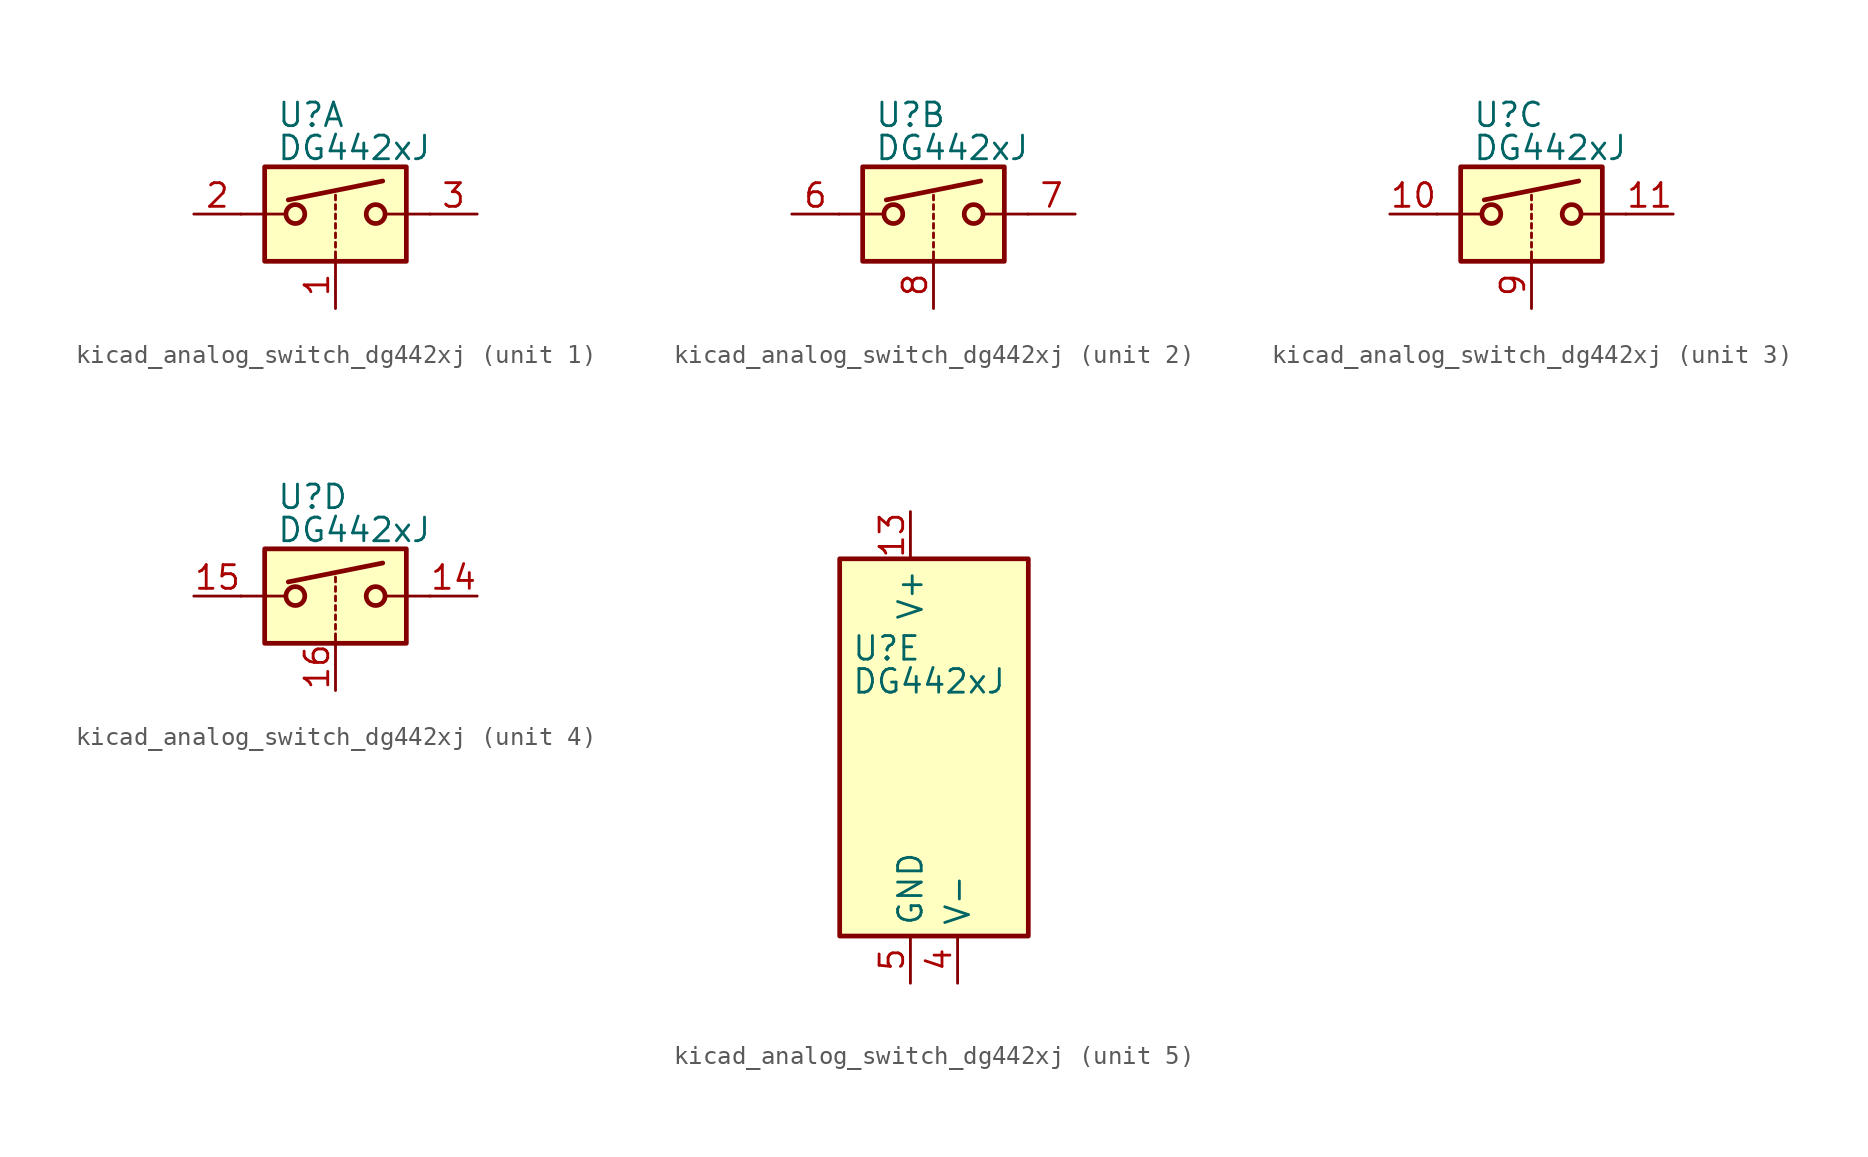
<source format=kicad_sym>
(kicad_symbol_lib
  (version 20220914)
  (generator kicad_symbol_editor)
  (symbol "kicad_analog_switch_dg442xj"
    (property "Reference" "U"
      (at -3.175 5.334 0)
      (effects (font (size 1.27 1.27)) (justify left)))
    (property "Value" "DG442xJ"
      (at -3.175 3.556 0)
      (effects (font (size 1.27 1.27)) (justify left)))
    (symbol "kicad_analog_switch_dg442xj_1_1"
      (rectangle (start -3.81 2.54) (end 3.81 -2.54) (stroke (width 0.254) (type default)) (fill (type background)))
      (circle (center -2.159 0) (radius 0.508) (stroke (width 0.254) (type default)) (fill (type none)))
      (polyline (pts (xy -5.08 0) (xy -2.794 0)) (stroke (width 0) (type default)) (fill (type none)))
      (polyline (pts (xy -2.54 0.762) (xy 2.54 1.778)) (stroke (width 0.254) (type default)) (fill (type none)))
      (polyline (pts (xy 0 -2.54) (xy 0 -2.032)) (stroke (width 0) (type default)) (fill (type none)))
      (polyline (pts (xy 0 -1.778) (xy 0 -1.524)) (stroke (width 0) (type default)) (fill (type none)))
      (polyline (pts (xy 0 -1.27) (xy 0 -1.016)) (stroke (width 0) (type default)) (fill (type none)))
      (polyline (pts (xy 0 -0.762) (xy 0 -0.508)) (stroke (width 0) (type default)) (fill (type none)))
      (polyline (pts (xy 0 -0.254) (xy 0 0)) (stroke (width 0) (type default)) (fill (type none)))
      (polyline (pts (xy 0 0.254) (xy 0 0.508)) (stroke (width 0) (type default)) (fill (type none)))
      (polyline (pts (xy 0 0.762) (xy 0 1.016)) (stroke (width 0) (type default)) (fill (type none)))
      (polyline (pts (xy 5.08 0) (xy 2.794 0)) (stroke (width 0) (type default)) (fill (type none)))
      (circle (center 2.159 0) (radius 0.508) (stroke (width 0.254) (type default)) (fill (type none)))
      (pin input line (at 0 -5.08 90) (length 2.54) (name "~" (effects (font (size 1.27 1.27)))) (number "1" (effects (font (size 1.27 1.27)))))
      (pin passive line (at -7.62 0 0) (length 2.54) (name "~" (effects (font (size 1.27 1.27)))) (number "2" (effects (font (size 1.27 1.27)))))
      (pin passive line (at 7.62 0 180) (length 2.54) (name "~" (effects (font (size 1.27 1.27)))) (number "3" (effects (font (size 1.27 1.27))))))
    (symbol "kicad_analog_switch_dg442xj_2_1"
      (rectangle (start -3.81 2.54) (end 3.81 -2.54) (stroke (width 0.254) (type default)) (fill (type background)))
      (circle (center -2.159 0) (radius 0.508) (stroke (width 0.254) (type default)) (fill (type none)))
      (polyline (pts (xy -5.08 0) (xy -2.794 0)) (stroke (width 0) (type default)) (fill (type none)))
      (polyline (pts (xy -2.54 0.762) (xy 2.54 1.778)) (stroke (width 0.254) (type default)) (fill (type none)))
      (polyline (pts (xy 0 -2.54) (xy 0 -2.032)) (stroke (width 0) (type default)) (fill (type none)))
      (polyline (pts (xy 0 -1.778) (xy 0 -1.524)) (stroke (width 0) (type default)) (fill (type none)))
      (polyline (pts (xy 0 -1.27) (xy 0 -1.016)) (stroke (width 0) (type default)) (fill (type none)))
      (polyline (pts (xy 0 -0.762) (xy 0 -0.508)) (stroke (width 0) (type default)) (fill (type none)))
      (polyline (pts (xy 0 -0.254) (xy 0 0)) (stroke (width 0) (type default)) (fill (type none)))
      (polyline (pts (xy 0 0.254) (xy 0 0.508)) (stroke (width 0) (type default)) (fill (type none)))
      (polyline (pts (xy 0 0.762) (xy 0 1.016)) (stroke (width 0) (type default)) (fill (type none)))
      (polyline (pts (xy 5.08 0) (xy 2.794 0)) (stroke (width 0) (type default)) (fill (type none)))
      (circle (center 2.159 0) (radius 0.508) (stroke (width 0.254) (type default)) (fill (type none)))
      (pin passive line (at -7.62 0 0) (length 2.54) (name "~" (effects (font (size 1.27 1.27)))) (number "6" (effects (font (size 1.27 1.27)))))
      (pin passive line (at 7.62 0 180) (length 2.54) (name "~" (effects (font (size 1.27 1.27)))) (number "7" (effects (font (size 1.27 1.27)))))
      (pin input line (at 0 -5.08 90) (length 2.54) (name "~" (effects (font (size 1.27 1.27)))) (number "8" (effects (font (size 1.27 1.27))))))
    (symbol "kicad_analog_switch_dg442xj_3_1"
      (rectangle (start -3.81 2.54) (end 3.81 -2.54) (stroke (width 0.254) (type default)) (fill (type background)))
      (circle (center -2.159 0) (radius 0.508) (stroke (width 0.254) (type default)) (fill (type none)))
      (polyline (pts (xy -5.08 0) (xy -2.794 0)) (stroke (width 0) (type default)) (fill (type none)))
      (polyline (pts (xy -2.54 0.762) (xy 2.54 1.778)) (stroke (width 0.254) (type default)) (fill (type none)))
      (polyline (pts (xy 0 -2.54) (xy 0 -2.032)) (stroke (width 0) (type default)) (fill (type none)))
      (polyline (pts (xy 0 -1.778) (xy 0 -1.524)) (stroke (width 0) (type default)) (fill (type none)))
      (polyline (pts (xy 0 -1.27) (xy 0 -1.016)) (stroke (width 0) (type default)) (fill (type none)))
      (polyline (pts (xy 0 -0.762) (xy 0 -0.508)) (stroke (width 0) (type default)) (fill (type none)))
      (polyline (pts (xy 0 -0.254) (xy 0 0)) (stroke (width 0) (type default)) (fill (type none)))
      (polyline (pts (xy 0 0.254) (xy 0 0.508)) (stroke (width 0) (type default)) (fill (type none)))
      (polyline (pts (xy 0 0.762) (xy 0 1.016)) (stroke (width 0) (type default)) (fill (type none)))
      (polyline (pts (xy 5.08 0) (xy 2.794 0)) (stroke (width 0) (type default)) (fill (type none)))
      (circle (center 2.159 0) (radius 0.508) (stroke (width 0.254) (type default)) (fill (type none)))
      (pin passive line (at -7.62 0 0) (length 2.54) (name "~" (effects (font (size 1.27 1.27)))) (number "10" (effects (font (size 1.27 1.27)))))
      (pin passive line (at 7.62 0 180) (length 2.54) (name "~" (effects (font (size 1.27 1.27)))) (number "11" (effects (font (size 1.27 1.27)))))
      (pin input line (at 0 -5.08 90) (length 2.54) (name "~" (effects (font (size 1.27 1.27)))) (number "9" (effects (font (size 1.27 1.27))))))
    (symbol "kicad_analog_switch_dg442xj_4_1"
      (rectangle (start -3.81 2.54) (end 3.81 -2.54) (stroke (width 0.254) (type default)) (fill (type background)))
      (circle (center -2.159 0) (radius 0.508) (stroke (width 0.254) (type default)) (fill (type none)))
      (polyline (pts (xy -5.08 0) (xy -2.794 0)) (stroke (width 0) (type default)) (fill (type none)))
      (polyline (pts (xy -2.54 0.762) (xy 2.54 1.778)) (stroke (width 0.254) (type default)) (fill (type none)))
      (polyline (pts (xy 0 -2.54) (xy 0 -2.032)) (stroke (width 0) (type default)) (fill (type none)))
      (polyline (pts (xy 0 -1.778) (xy 0 -1.524)) (stroke (width 0) (type default)) (fill (type none)))
      (polyline (pts (xy 0 -1.27) (xy 0 -1.016)) (stroke (width 0) (type default)) (fill (type none)))
      (polyline (pts (xy 0 -0.762) (xy 0 -0.508)) (stroke (width 0) (type default)) (fill (type none)))
      (polyline (pts (xy 0 -0.254) (xy 0 0)) (stroke (width 0) (type default)) (fill (type none)))
      (polyline (pts (xy 0 0.254) (xy 0 0.508)) (stroke (width 0) (type default)) (fill (type none)))
      (polyline (pts (xy 0 0.762) (xy 0 1.016)) (stroke (width 0) (type default)) (fill (type none)))
      (polyline (pts (xy 5.08 0) (xy 2.794 0)) (stroke (width 0) (type default)) (fill (type none)))
      (circle (center 2.159 0) (radius 0.508) (stroke (width 0.254) (type default)) (fill (type none)))
      (pin passive line (at 7.62 0 180) (length 2.54) (name "~" (effects (font (size 1.27 1.27)))) (number "14" (effects (font (size 1.27 1.27)))))
      (pin passive line (at -7.62 0 0) (length 2.54) (name "~" (effects (font (size 1.27 1.27)))) (number "15" (effects (font (size 1.27 1.27)))))
      (pin input line (at 0 -5.08 90) (length 2.54) (name "~" (effects (font (size 1.27 1.27)))) (number "16" (effects (font (size 1.27 1.27))))))
    (symbol "kicad_analog_switch_dg442xj_5_0"
      (pin no_connect line (at 2.54 10.16 270) (length 2.54) hide (name "NC" (effects (font (size 1.27 1.27)))) (number "12" (effects (font (size 1.27 1.27)))))
      (pin power_in line (at 0 12.7 270) (length 2.54) (name "V+" (effects (font (size 1.27 1.27)))) (number "13" (effects (font (size 1.27 1.27)))))
      (pin power_in line (at 2.54 -12.7 90) (length 2.54) (name "V-" (effects (font (size 1.27 1.27)))) (number "4" (effects (font (size 1.27 1.27)))))
      (pin power_in line (at 0 -12.7 90) (length 2.54) (name "GND" (effects (font (size 1.27 1.27)))) (number "5" (effects (font (size 1.27 1.27))))))
    (symbol "kicad_analog_switch_dg442xj_5_1"
      (rectangle (start -3.81 10.16) (end 6.35 -10.16) (stroke (width 0.254) (type default)) (fill (type background))))))
</source>
